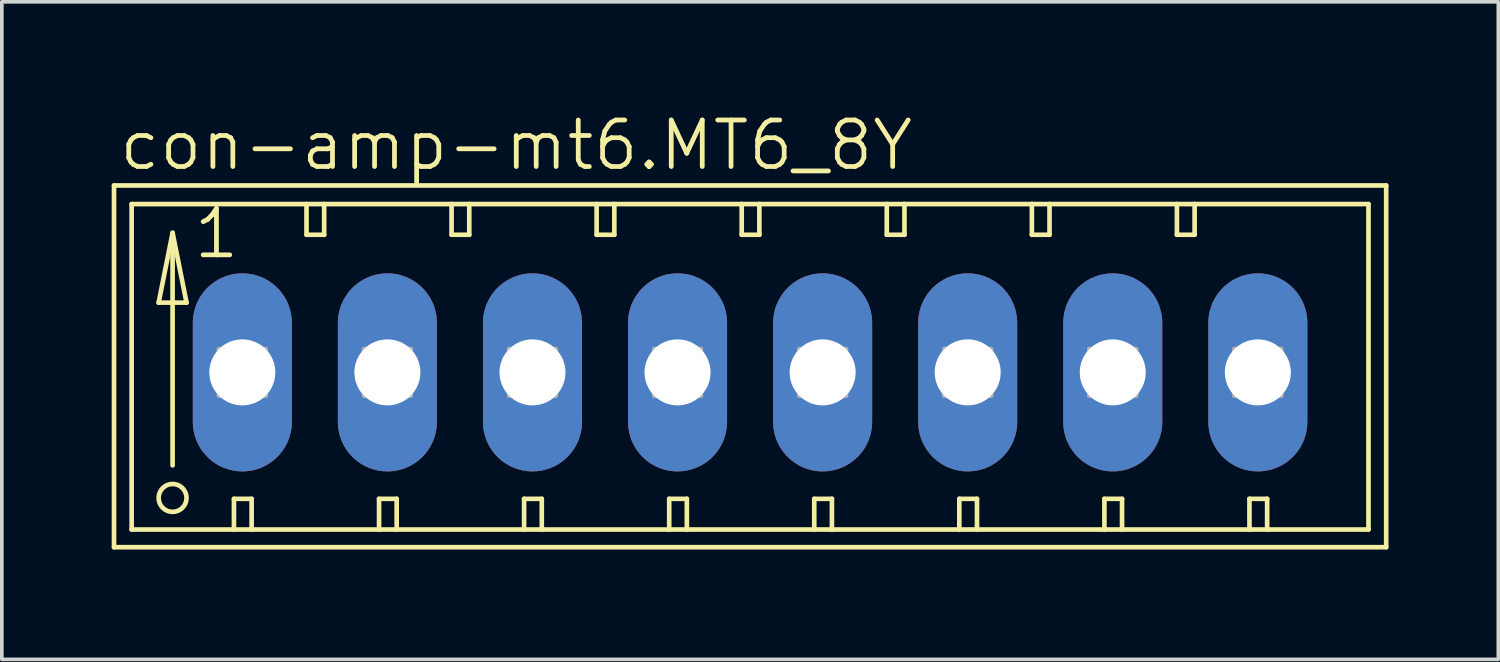
<source format=kicad_pcb>
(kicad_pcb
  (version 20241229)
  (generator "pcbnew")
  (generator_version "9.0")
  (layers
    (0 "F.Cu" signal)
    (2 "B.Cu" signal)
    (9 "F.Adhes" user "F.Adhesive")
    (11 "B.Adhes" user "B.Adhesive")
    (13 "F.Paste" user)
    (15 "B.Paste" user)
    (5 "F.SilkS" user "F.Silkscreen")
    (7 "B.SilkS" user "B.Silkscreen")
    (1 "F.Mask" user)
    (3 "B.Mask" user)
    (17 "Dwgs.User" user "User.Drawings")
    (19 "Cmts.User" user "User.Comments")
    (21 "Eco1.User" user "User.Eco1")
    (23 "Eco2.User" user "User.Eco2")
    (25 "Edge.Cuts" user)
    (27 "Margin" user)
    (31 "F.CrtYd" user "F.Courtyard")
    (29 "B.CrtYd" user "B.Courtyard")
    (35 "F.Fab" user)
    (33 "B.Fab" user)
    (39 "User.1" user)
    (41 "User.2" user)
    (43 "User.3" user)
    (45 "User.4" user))
  (footprint "con-amp-mt6.MT6_8Y"
    (layer "F.Cu")
    (at 1.029 7.121)
    (property "Reference" "con-amp-mt6.MT6_8Y" (at -0.889 -5.461 0) (layer "F.SilkS") (effects (font (size 1.27 1.27) (thickness 0.13)) (justify left bottom)))
    (attr through_hole)
    (fp_line (start -0.965 -5.105) (end -0.965 4.775) (stroke (width 0.127) (type default)) (layer "F.SilkS"))
    (fp_line (start -0.965 4.775) (end 33.782 4.775) (stroke (width 0.127) (type default)) (layer "F.SilkS"))
    (fp_line (start -0.483 -4.597) (end -0.483 4.293) (stroke (width 0.127) (type default)) (layer "F.SilkS"))
    (fp_line (start -0.483 4.293) (end 2.311 4.293) (stroke (width 0.127) (type default)) (layer "F.SilkS"))
    (fp_line (start 0.254 -1.905) (end 1.016 -1.905) (stroke (width 0.127) (type default)) (layer "F.SilkS"))
    (fp_line (start 0.635 -3.81) (end 0.254 -1.905) (stroke (width 0.127) (type default)) (layer "F.SilkS"))
    (fp_line (start 0.635 -3.81) (end 1.016 -1.905) (stroke (width 0.127) (type default)) (layer "F.SilkS"))
    (fp_line (start 0.635 2.54) (end 0.635 -3.81) (stroke (width 0.127) (type default)) (layer "F.SilkS"))
    (fp_line (start 2.311 3.454) (end 2.311 4.293) (stroke (width 0.127) (type default)) (layer "F.SilkS"))
    (fp_line (start 2.311 3.454) (end 2.794 3.454) (stroke (width 0.127) (type default)) (layer "F.SilkS"))
    (fp_line (start 2.311 4.293) (end 2.794 4.293) (stroke (width 0.127) (type default)) (layer "F.SilkS"))
    (fp_line (start 2.794 3.454) (end 2.794 4.293) (stroke (width 0.127) (type default)) (layer "F.SilkS"))
    (fp_line (start 2.794 4.293) (end 6.274 4.293) (stroke (width 0.127) (type default)) (layer "F.SilkS"))
    (fp_line (start 4.293 -4.597) (end -0.483 -4.597) (stroke (width 0.127) (type default)) (layer "F.SilkS"))
    (fp_line (start 4.293 -4.597) (end 4.293 -3.759) (stroke (width 0.127) (type default)) (layer "F.SilkS"))
    (fp_line (start 4.293 -3.759) (end 4.775 -3.759) (stroke (width 0.127) (type default)) (layer "F.SilkS"))
    (fp_line (start 4.775 -4.597) (end 4.293 -4.597) (stroke (width 0.127) (type default)) (layer "F.SilkS"))
    (fp_line (start 4.775 -3.759) (end 4.775 -4.597) (stroke (width 0.127) (type default)) (layer "F.SilkS"))
    (fp_line (start 6.274 3.454) (end 6.274 4.293) (stroke (width 0.127) (type default)) (layer "F.SilkS"))
    (fp_line (start 6.274 3.454) (end 6.756 3.454) (stroke (width 0.127) (type default)) (layer "F.SilkS"))
    (fp_line (start 6.274 4.293) (end 6.756 4.293) (stroke (width 0.127) (type default)) (layer "F.SilkS"))
    (fp_line (start 6.756 3.454) (end 6.756 4.293) (stroke (width 0.127) (type default)) (layer "F.SilkS"))
    (fp_line (start 6.756 4.293) (end 10.236 4.293) (stroke (width 0.127) (type default)) (layer "F.SilkS"))
    (fp_line (start 8.255 -4.597) (end 4.775 -4.597) (stroke (width 0.127) (type default)) (layer "F.SilkS"))
    (fp_line (start 8.255 -3.759) (end 8.255 -4.597) (stroke (width 0.127) (type default)) (layer "F.SilkS"))
    (fp_line (start 8.255 -3.759) (end 8.738 -3.759) (stroke (width 0.127) (type default)) (layer "F.SilkS"))
    (fp_line (start 8.738 -4.597) (end 8.255 -4.597) (stroke (width 0.127) (type default)) (layer "F.SilkS"))
    (fp_line (start 8.738 -3.759) (end 8.738 -4.597) (stroke (width 0.127) (type default)) (layer "F.SilkS"))
    (fp_line (start 10.236 3.454) (end 10.236 4.293) (stroke (width 0.127) (type default)) (layer "F.SilkS"))
    (fp_line (start 10.236 3.454) (end 10.719 3.454) (stroke (width 0.127) (type default)) (layer "F.SilkS"))
    (fp_line (start 10.236 4.293) (end 10.719 4.293) (stroke (width 0.127) (type default)) (layer "F.SilkS"))
    (fp_line (start 10.719 3.454) (end 10.719 4.293) (stroke (width 0.127) (type default)) (layer "F.SilkS"))
    (fp_line (start 10.719 4.293) (end 14.199 4.293) (stroke (width 0.127) (type default)) (layer "F.SilkS"))
    (fp_line (start 12.217 -4.597) (end 8.738 -4.597) (stroke (width 0.127) (type default)) (layer "F.SilkS"))
    (fp_line (start 12.217 -3.759) (end 12.217 -4.597) (stroke (width 0.127) (type default)) (layer "F.SilkS"))
    (fp_line (start 12.217 -3.759) (end 12.7 -3.759) (stroke (width 0.127) (type default)) (layer "F.SilkS"))
    (fp_line (start 12.7 -4.597) (end 12.217 -4.597) (stroke (width 0.127) (type default)) (layer "F.SilkS"))
    (fp_line (start 12.7 -3.759) (end 12.7 -4.597) (stroke (width 0.127) (type default)) (layer "F.SilkS"))
    (fp_line (start 14.199 3.454) (end 14.199 4.293) (stroke (width 0.127) (type default)) (layer "F.SilkS"))
    (fp_line (start 14.199 3.454) (end 14.681 3.454) (stroke (width 0.127) (type default)) (layer "F.SilkS"))
    (fp_line (start 14.199 4.293) (end 14.681 4.293) (stroke (width 0.127) (type default)) (layer "F.SilkS"))
    (fp_line (start 14.681 3.454) (end 14.681 4.293) (stroke (width 0.127) (type default)) (layer "F.SilkS"))
    (fp_line (start 14.681 4.293) (end 18.161 4.293) (stroke (width 0.127) (type default)) (layer "F.SilkS"))
    (fp_line (start 16.18 -4.597) (end 12.7 -4.597) (stroke (width 0.127) (type default)) (layer "F.SilkS"))
    (fp_line (start 16.18 -3.759) (end 16.18 -4.597) (stroke (width 0.127) (type default)) (layer "F.SilkS"))
    (fp_line (start 16.18 -3.759) (end 16.662 -3.759) (stroke (width 0.127) (type default)) (layer "F.SilkS"))
    (fp_line (start 16.662 -4.597) (end 16.18 -4.597) (stroke (width 0.127) (type default)) (layer "F.SilkS"))
    (fp_line (start 16.662 -3.759) (end 16.662 -4.597) (stroke (width 0.127) (type default)) (layer "F.SilkS"))
    (fp_line (start 18.161 3.454) (end 18.161 4.293) (stroke (width 0.127) (type default)) (layer "F.SilkS"))
    (fp_line (start 18.161 3.454) (end 18.644 3.454) (stroke (width 0.127) (type default)) (layer "F.SilkS"))
    (fp_line (start 18.161 4.293) (end 18.644 4.293) (stroke (width 0.127) (type default)) (layer "F.SilkS"))
    (fp_line (start 18.644 3.454) (end 18.644 4.293) (stroke (width 0.127) (type default)) (layer "F.SilkS"))
    (fp_line (start 18.644 4.293) (end 22.123 4.293) (stroke (width 0.127) (type default)) (layer "F.SilkS"))
    (fp_line (start 20.142 -4.597) (end 16.662 -4.597) (stroke (width 0.127) (type default)) (layer "F.SilkS"))
    (fp_line (start 20.142 -3.759) (end 20.142 -4.597) (stroke (width 0.127) (type default)) (layer "F.SilkS"))
    (fp_line (start 20.142 -3.759) (end 20.625 -3.759) (stroke (width 0.127) (type default)) (layer "F.SilkS"))
    (fp_line (start 20.625 -4.597) (end 20.142 -4.597) (stroke (width 0.127) (type default)) (layer "F.SilkS"))
    (fp_line (start 20.625 -3.759) (end 20.625 -4.597) (stroke (width 0.127) (type default)) (layer "F.SilkS"))
    (fp_line (start 22.123 3.454) (end 22.123 4.293) (stroke (width 0.127) (type default)) (layer "F.SilkS"))
    (fp_line (start 22.123 3.454) (end 22.606 3.454) (stroke (width 0.127) (type default)) (layer "F.SilkS"))
    (fp_line (start 22.123 4.293) (end 22.606 4.293) (stroke (width 0.127) (type default)) (layer "F.SilkS"))
    (fp_line (start 22.606 3.454) (end 22.606 4.293) (stroke (width 0.127) (type default)) (layer "F.SilkS"))
    (fp_line (start 22.606 4.293) (end 26.086 4.293) (stroke (width 0.127) (type default)) (layer "F.SilkS"))
    (fp_line (start 24.105 -4.597) (end 20.625 -4.597) (stroke (width 0.127) (type default)) (layer "F.SilkS"))
    (fp_line (start 24.105 -3.759) (end 24.105 -4.597) (stroke (width 0.127) (type default)) (layer "F.SilkS"))
    (fp_line (start 24.105 -3.759) (end 24.587 -3.759) (stroke (width 0.127) (type default)) (layer "F.SilkS"))
    (fp_line (start 24.587 -4.597) (end 24.105 -4.597) (stroke (width 0.127) (type default)) (layer "F.SilkS"))
    (fp_line (start 24.587 -3.759) (end 24.587 -4.597) (stroke (width 0.127) (type default)) (layer "F.SilkS"))
    (fp_line (start 26.086 3.454) (end 26.086 4.293) (stroke (width 0.127) (type default)) (layer "F.SilkS"))
    (fp_line (start 26.086 3.454) (end 26.568 3.454) (stroke (width 0.127) (type default)) (layer "F.SilkS"))
    (fp_line (start 26.086 4.293) (end 26.568 4.293) (stroke (width 0.127) (type default)) (layer "F.SilkS"))
    (fp_line (start 26.568 3.454) (end 26.568 4.293) (stroke (width 0.127) (type default)) (layer "F.SilkS"))
    (fp_line (start 26.568 4.293) (end 30.048 4.293) (stroke (width 0.127) (type default)) (layer "F.SilkS"))
    (fp_line (start 28.067 -4.597) (end 24.587 -4.597) (stroke (width 0.127) (type default)) (layer "F.SilkS"))
    (fp_line (start 28.067 -3.759) (end 28.067 -4.597) (stroke (width 0.127) (type default)) (layer "F.SilkS"))
    (fp_line (start 28.067 -3.759) (end 28.55 -3.759) (stroke (width 0.127) (type default)) (layer "F.SilkS"))
    (fp_line (start 28.55 -4.597) (end 28.067 -4.597) (stroke (width 0.127) (type default)) (layer "F.SilkS"))
    (fp_line (start 28.55 -3.759) (end 28.55 -4.597) (stroke (width 0.127) (type default)) (layer "F.SilkS"))
    (fp_line (start 30.048 3.454) (end 30.048 4.293) (stroke (width 0.127) (type default)) (layer "F.SilkS"))
    (fp_line (start 30.048 3.454) (end 30.531 3.454) (stroke (width 0.127) (type default)) (layer "F.SilkS"))
    (fp_line (start 30.048 4.293) (end 30.531 4.293) (stroke (width 0.127) (type default)) (layer "F.SilkS"))
    (fp_line (start 30.531 3.454) (end 30.531 4.293) (stroke (width 0.127) (type default)) (layer "F.SilkS"))
    (fp_line (start 30.531 4.293) (end 33.299 4.293) (stroke (width 0.127) (type default)) (layer "F.SilkS"))
    (fp_line (start 33.299 -4.597) (end 28.55 -4.597) (stroke (width 0.127) (type default)) (layer "F.SilkS"))
    (fp_line (start 33.299 4.293) (end 33.299 -4.597) (stroke (width 0.127) (type default)) (layer "F.SilkS"))
    (fp_line (start 33.782 -5.105) (end -0.965 -5.105) (stroke (width 0.127) (type default)) (layer "F.SilkS"))
    (fp_line (start 33.782 4.775) (end 33.782 -5.105) (stroke (width 0.127) (type default)) (layer "F.SilkS"))
    (fp_circle (center 0.635 3.429) (end 1.016 3.429) (stroke (width 0.127) (type default)) (fill no) (layer "F.SilkS"))
    (fp_line (start 1.905 -0.635) (end 1.905 0.635) (stroke (width 0.127) (type default)) (layer "F.Fab"))
    (fp_line (start 1.905 -0.635) (end 3.175 0.635) (stroke (width 0.127) (type default)) (layer "F.Fab"))
    (fp_line (start 1.905 0.635) (end 3.175 0.635) (stroke (width 0.127) (type default)) (layer "F.Fab"))
    (fp_line (start 3.175 -0.635) (end 1.905 -0.635) (stroke (width 0.127) (type default)) (layer "F.Fab"))
    (fp_line (start 3.175 -0.635) (end 1.905 0.635) (stroke (width 0.127) (type default)) (layer "F.Fab"))
    (fp_line (start 3.175 0.635) (end 3.175 -0.635) (stroke (width 0.127) (type default)) (layer "F.Fab"))
    (fp_line (start 5.867 -0.635) (end 5.867 0.635) (stroke (width 0.127) (type default)) (layer "F.Fab"))
    (fp_line (start 5.867 -0.635) (end 7.137 0.635) (stroke (width 0.127) (type default)) (layer "F.Fab"))
    (fp_line (start 5.867 0.635) (end 7.137 0.635) (stroke (width 0.127) (type default)) (layer "F.Fab"))
    (fp_line (start 7.137 -0.635) (end 5.867 -0.635) (stroke (width 0.127) (type default)) (layer "F.Fab"))
    (fp_line (start 7.137 -0.635) (end 5.867 0.635) (stroke (width 0.127) (type default)) (layer "F.Fab"))
    (fp_line (start 7.137 0.635) (end 7.137 -0.635) (stroke (width 0.127) (type default)) (layer "F.Fab"))
    (fp_line (start 9.83 -0.635) (end 9.83 0.635) (stroke (width 0.127) (type default)) (layer "F.Fab"))
    (fp_line (start 9.83 -0.635) (end 11.1 0.635) (stroke (width 0.127) (type default)) (layer "F.Fab"))
    (fp_line (start 9.83 0.635) (end 11.1 0.635) (stroke (width 0.127) (type default)) (layer "F.Fab"))
    (fp_line (start 11.1 -0.635) (end 9.83 -0.635) (stroke (width 0.127) (type default)) (layer "F.Fab"))
    (fp_line (start 11.1 -0.635) (end 9.83 0.635) (stroke (width 0.127) (type default)) (layer "F.Fab"))
    (fp_line (start 11.1 0.635) (end 11.1 -0.635) (stroke (width 0.127) (type default)) (layer "F.Fab"))
    (fp_line (start 13.792 -0.635) (end 13.792 0.635) (stroke (width 0.127) (type default)) (layer "F.Fab"))
    (fp_line (start 13.792 -0.635) (end 15.062 0.635) (stroke (width 0.127) (type default)) (layer "F.Fab"))
    (fp_line (start 13.792 0.635) (end 15.062 0.635) (stroke (width 0.127) (type default)) (layer "F.Fab"))
    (fp_line (start 15.062 -0.635) (end 13.792 -0.635) (stroke (width 0.127) (type default)) (layer "F.Fab"))
    (fp_line (start 15.062 -0.635) (end 13.792 0.635) (stroke (width 0.127) (type default)) (layer "F.Fab"))
    (fp_line (start 15.062 0.635) (end 15.062 -0.635) (stroke (width 0.127) (type default)) (layer "F.Fab"))
    (fp_line (start 17.755 -0.635) (end 17.755 0.635) (stroke (width 0.127) (type default)) (layer "F.Fab"))
    (fp_line (start 17.755 -0.635) (end 19.025 0.635) (stroke (width 0.127) (type default)) (layer "F.Fab"))
    (fp_line (start 17.755 0.635) (end 19.025 0.635) (stroke (width 0.127) (type default)) (layer "F.Fab"))
    (fp_line (start 19.025 -0.635) (end 17.755 -0.635) (stroke (width 0.127) (type default)) (layer "F.Fab"))
    (fp_line (start 19.025 -0.635) (end 17.755 0.635) (stroke (width 0.127) (type default)) (layer "F.Fab"))
    (fp_line (start 19.025 0.635) (end 19.025 -0.635) (stroke (width 0.127) (type default)) (layer "F.Fab"))
    (fp_line (start 21.717 -0.635) (end 21.717 0.635) (stroke (width 0.127) (type default)) (layer "F.Fab"))
    (fp_line (start 21.717 -0.635) (end 22.987 0.635) (stroke (width 0.127) (type default)) (layer "F.Fab"))
    (fp_line (start 21.717 0.635) (end 22.987 0.635) (stroke (width 0.127) (type default)) (layer "F.Fab"))
    (fp_line (start 22.987 -0.635) (end 21.717 -0.635) (stroke (width 0.127) (type default)) (layer "F.Fab"))
    (fp_line (start 22.987 -0.635) (end 21.717 0.635) (stroke (width 0.127) (type default)) (layer "F.Fab"))
    (fp_line (start 22.987 0.635) (end 22.987 -0.635) (stroke (width 0.127) (type default)) (layer "F.Fab"))
    (fp_line (start 25.679 -0.635) (end 25.679 0.635) (stroke (width 0.127) (type default)) (layer "F.Fab"))
    (fp_line (start 25.679 -0.635) (end 26.949 0.635) (stroke (width 0.127) (type default)) (layer "F.Fab"))
    (fp_line (start 25.679 0.635) (end 26.949 0.635) (stroke (width 0.127) (type default)) (layer "F.Fab"))
    (fp_line (start 26.949 -0.635) (end 25.679 -0.635) (stroke (width 0.127) (type default)) (layer "F.Fab"))
    (fp_line (start 26.949 -0.635) (end 25.679 0.635) (stroke (width 0.127) (type default)) (layer "F.Fab"))
    (fp_line (start 26.949 0.635) (end 26.949 -0.635) (stroke (width 0.127) (type default)) (layer "F.Fab"))
    (fp_line (start 29.642 -0.635) (end 29.642 0.635) (stroke (width 0.127) (type default)) (layer "F.Fab"))
    (fp_line (start 29.642 -0.635) (end 30.912 0.635) (stroke (width 0.127) (type default)) (layer "F.Fab"))
    (fp_line (start 29.642 0.635) (end 30.912 0.635) (stroke (width 0.127) (type default)) (layer "F.Fab"))
    (fp_line (start 30.912 -0.635) (end 29.642 -0.635) (stroke (width 0.127) (type default)) (layer "F.Fab"))
    (fp_line (start 30.912 -0.635) (end 29.642 0.635) (stroke (width 0.127) (type default)) (layer "F.Fab"))
    (fp_line (start 30.912 0.635) (end 30.912 -0.635) (stroke (width 0.127) (type default)) (layer "F.Fab"))
    (fp_text user "1" (at 1.143 -3.048 0) (layer "F.SilkS") (effects (font (size 1.27 1.27) (thickness 0.13)) (justify left bottom)))
    (pad "1" thru_hole oval (at 2.54 0 90) (size 5.41 2.705) (drill 1.803) (layers "*.Cu" "*.Mask"))
    (pad "2" thru_hole oval (at 6.502 0 90) (size 5.41 2.705) (drill 1.803) (layers "*.Cu" "*.Mask"))
    (pad "3" thru_hole oval (at 10.465 0 90) (size 5.41 2.705) (drill 1.803) (layers "*.Cu" "*.Mask"))
    (pad "4" thru_hole oval (at 14.427 0 90) (size 5.41 2.705) (drill 1.803) (layers "*.Cu" "*.Mask"))
    (pad "5" thru_hole oval (at 18.39 0 90) (size 5.41 2.705) (drill 1.803) (layers "*.Cu" "*.Mask"))
    (pad "6" thru_hole oval (at 22.352 0 90) (size 5.41 2.705) (drill 1.803) (layers "*.Cu" "*.Mask"))
    (pad "7" thru_hole oval (at 26.314 0 90) (size 5.41 2.705) (drill 1.803) (layers "*.Cu" "*.Mask"))
    (pad "8" thru_hole oval (at 30.277 0 90) (size 5.41 2.705) (drill 1.803) (layers "*.Cu" "*.Mask")))
  (gr_rect
    (start -3 -3)
    (end 37.874 14.96)
    (stroke (width 0.1) (type default))
    (fill no)
    (layer "Edge.Cuts")))
</source>
